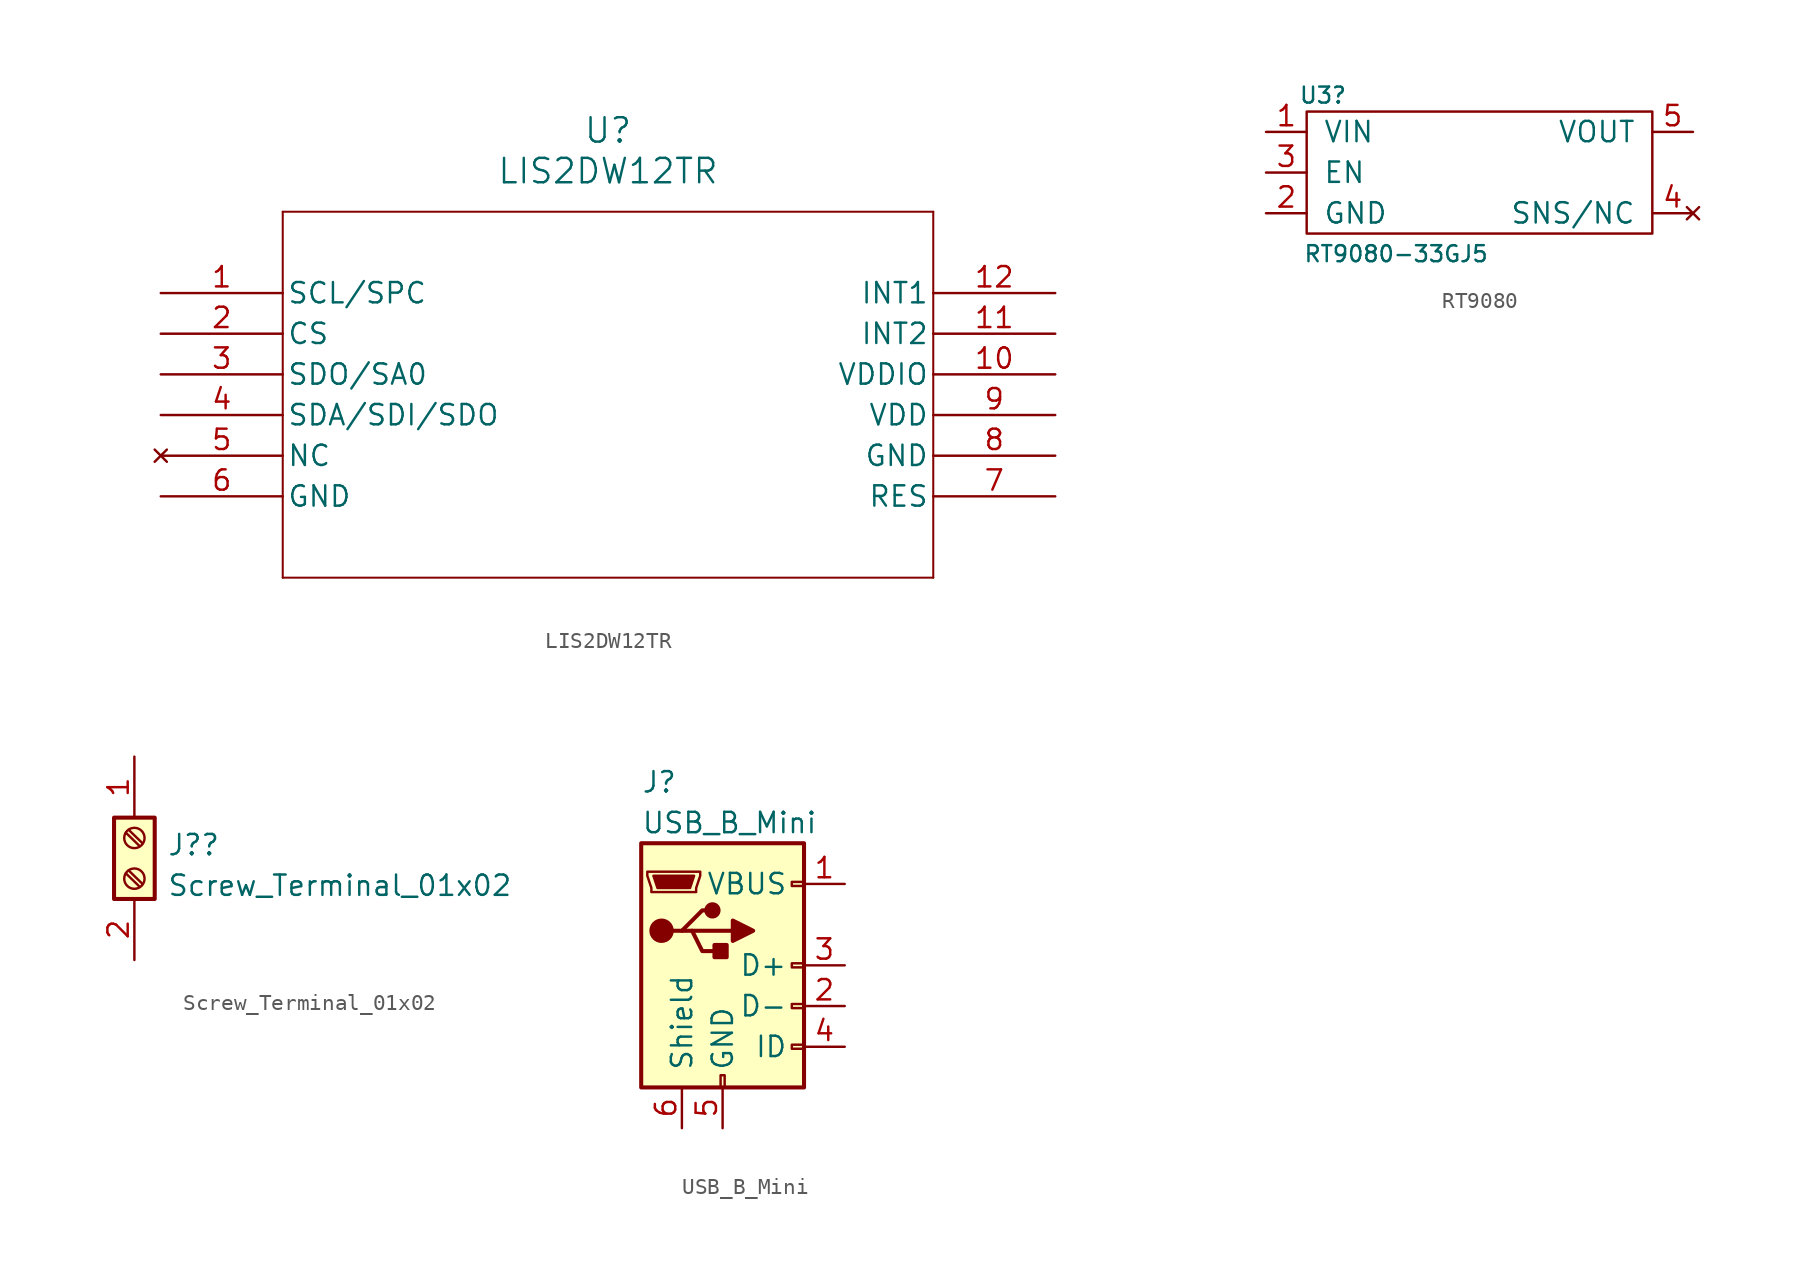
<source format=kicad_sym>
(kicad_symbol_lib
  (version 20231120)
  (generator "kicad_symbol_editor")
  (generator_version "8.0")
  (symbol "LIS2DW12TR"
    (pin_names
      (offset 0.254))
    (property "Reference" "U"
      (at 27.94 10.16 0)
      (effects (font (size 1.524 1.524))))
    (property "Value" "LIS2DW12TR"
      (at 27.94 7.62 0)
      (effects (font (size 1.524 1.524))))
    (property "ki_locked" ""
      (at 0 0 0)
      (effects (font (size 1.27 1.27))))
    (symbol "LIS2DW12TR_0_1"
      (polyline (pts (xy 7.62 -17.78) (xy 48.26 -17.78)) (stroke (width 0.127) (type default)) (fill (type none)))
      (polyline (pts (xy 7.62 5.08) (xy 7.62 -17.78)) (stroke (width 0.127) (type default)) (fill (type none)))
      (polyline (pts (xy 48.26 -17.78) (xy 48.26 5.08)) (stroke (width 0.127) (type default)) (fill (type none)))
      (polyline (pts (xy 48.26 5.08) (xy 7.62 5.08)) (stroke (width 0.127) (type default)) (fill (type none)))
      (pin bidirectional line (at 0 0 0) (length 7.62) (name "SCL/SPC" (effects (font (size 1.27 1.27)))) (number "1" (effects (font (size 1.27 1.27)))))
      (pin power_in line (at 55.88 -5.08 180) (length 7.62) (name "VDDIO" (effects (font (size 1.27 1.27)))) (number "10" (effects (font (size 1.27 1.27)))))
      (pin output line (at 55.88 -2.54 180) (length 7.62) (name "INT2" (effects (font (size 1.27 1.27)))) (number "11" (effects (font (size 1.27 1.27)))))
      (pin output line (at 55.88 0 180) (length 7.62) (name "INT1" (effects (font (size 1.27 1.27)))) (number "12" (effects (font (size 1.27 1.27)))))
      (pin input line (at 0 -2.54 0) (length 7.62) (name "CS" (effects (font (size 1.27 1.27)))) (number "2" (effects (font (size 1.27 1.27)))))
      (pin bidirectional line (at 0 -5.08 0) (length 7.62) (name "SDO/SA0" (effects (font (size 1.27 1.27)))) (number "3" (effects (font (size 1.27 1.27)))))
      (pin bidirectional line (at 0 -7.62 0) (length 7.62) (name "SDA/SDI/SDO" (effects (font (size 1.27 1.27)))) (number "4" (effects (font (size 1.27 1.27)))))
      (pin no_connect line (at 0 -10.16 0) (length 7.62) (name "NC" (effects (font (size 1.27 1.27)))) (number "5" (effects (font (size 1.27 1.27)))))
      (pin power_out line (at 0 -12.7 0) (length 7.62) (name "GND" (effects (font (size 1.27 1.27)))) (number "6" (effects (font (size 1.27 1.27)))))
      (pin power_out line (at 55.88 -12.7 180) (length 7.62) (name "RES" (effects (font (size 1.27 1.27)))) (number "7" (effects (font (size 1.27 1.27)))))
      (pin power_out line (at 55.88 -10.16 180) (length 7.62) (name "GND" (effects (font (size 1.27 1.27)))) (number "8" (effects (font (size 1.27 1.27)))))
      (pin power_in line (at 55.88 -7.62 180) (length 7.62) (name "VDD" (effects (font (size 1.27 1.27)))) (number "9" (effects (font (size 1.27 1.27)))))))
  (symbol "RT9080"
    (pin_names
      (offset 1.016))
    (property "Reference" "U3"
      (at 1.016 1.016 0)
      (effects (font (size 1 1))))
    (property "Value" "RT9080-33GJ5"
      (at 5.588 -8.89 0)
      (effects (font (size 1 1))))
    (symbol "RT9080_0_1"
      (rectangle (start 21.59 -7.62) (end 0 0) (stroke (width 0) (type default)) (fill (type none))))
    (symbol "RT9080_1_1"
      (pin bidirectional line (at -2.54 -1.27 0) (length 2.54) (name "VIN" (effects (font (size 1.27 1.27)))) (number "1" (effects (font (size 1.27 1.27)))))
      (pin input line (at -2.54 -6.35 0) (length 2.54) (name "GND" (effects (font (size 1.27 1.27)))) (number "2" (effects (font (size 1.27 1.27)))))
      (pin input line (at -2.54 -3.81 0) (length 2.54) (name "EN" (effects (font (size 1.27 1.27)))) (number "3" (effects (font (size 1.27 1.27)))))
      (pin no_connect line (at 24.13 -6.35 180) (length 2.54) (name "SNS/NC" (effects (font (size 1.27 1.27)))) (number "4" (effects (font (size 1.27 1.27)))))
      (pin power_out line (at 24.13 -1.27 180) (length 2.54) (name "VOUT" (effects (font (size 1.27 1.27)))) (number "5" (effects (font (size 1.27 1.27)))))))
  (symbol "Screw_Terminal_01x02"
    (pin_names
      (offset 1.016) hide)
    (property "Reference" "J?"
      (at 2.032 -0.435 0)
      (effects (font (size 1.27 1.27)) (justify left)))
    (property "Value" "Screw_Terminal_01x02"
      (at 2.032 -2.972 0)
      (effects (font (size 1.27 1.27)) (justify left)))
    (symbol "Screw_Terminal_01x02_1_1"
      (rectangle (start -1.27 1.27) (end 1.27 -3.81) (stroke (width 0.254) (type default)) (fill (type background)))
      (circle (center 0 -2.54) (radius 0.635) (stroke (width 0.152) (type default)) (fill (type none)))
      (polyline (pts (xy -0.533 -2.21) (xy 0.33 -3.048)) (stroke (width 0.152) (type default)) (fill (type none)))
      (polyline (pts (xy -0.533 0.33) (xy 0.33 -0.508)) (stroke (width 0.152) (type default)) (fill (type none)))
      (polyline (pts (xy -0.356 -2.032) (xy 0.508 -2.87)) (stroke (width 0.152) (type default)) (fill (type none)))
      (polyline (pts (xy -0.356 0.508) (xy 0.508 -0.33)) (stroke (width 0.152) (type default)) (fill (type none)))
      (circle (center 0 0) (radius 0.635) (stroke (width 0.152) (type default)) (fill (type none)))
      (pin passive line (at 0 5.08 270) (length 3.81) (name "Pin_1" (effects (font (size 1.27 1.27)))) (number "1" (effects (font (size 1.27 1.27)))))
      (pin passive line (at 0 -7.62 90) (length 3.81) (name "Pin_2" (effects (font (size 1.27 1.27)))) (number "2" (effects (font (size 1.27 1.27)))))))
  (symbol "USB_B_Mini"
    (pin_names
      (offset 1.016))
    (property "Reference" "J"
      (at -5.08 11.43 0)
      (effects (font (size 1.27 1.27)) (justify left)))
    (property "Value" "USB_B_Mini"
      (at -5.08 8.89 0)
      (effects (font (size 1.27 1.27)) (justify left)))
    (symbol "USB_B_Mini_0_1"
      (rectangle (start -5.08 -7.62) (end 5.08 7.62) (stroke (width 0.254) (type default)) (fill (type background)))
      (circle (center -3.81 2.159) (radius 0.635) (stroke (width 0.254) (type default)) (fill (type outline)))
      (circle (center -0.635 3.429) (radius 0.381) (stroke (width 0.254) (type default)) (fill (type outline)))
      (rectangle (start -0.127 -7.62) (end 0.127 -6.858) (stroke (width 0) (type default)) (fill (type none)))
      (polyline (pts (xy -1.905 2.159) (xy 0.635 2.159)) (stroke (width 0.254) (type default)) (fill (type none)))
      (polyline (pts (xy -3.175 2.159) (xy -2.54 2.159) (xy -1.27 3.429) (xy -0.635 3.429)) (stroke (width 0.254) (type default)) (fill (type none)))
      (polyline (pts (xy -2.54 2.159) (xy -1.905 2.159) (xy -1.27 0.889) (xy 0 0.889)) (stroke (width 0.254) (type default)) (fill (type none)))
      (polyline (pts (xy 0.635 2.794) (xy 0.635 1.524) (xy 1.905 2.159) (xy 0.635 2.794)) (stroke (width 0.254) (type default)) (fill (type outline)))
      (polyline (pts (xy -4.318 5.588) (xy -1.778 5.588) (xy -2.032 4.826) (xy -4.064 4.826) (xy -4.318 5.588)) (stroke (width 0) (type default)) (fill (type outline)))
      (polyline (pts (xy -4.699 5.842) (xy -4.699 5.588) (xy -4.445 4.826) (xy -4.445 4.572) (xy -1.651 4.572) (xy -1.651 4.826) (xy -1.397 5.588) (xy -1.397 5.842) (xy -4.699 5.842)) (stroke (width 0) (type default)) (fill (type none)))
      (rectangle (start 0.254 1.27) (end -0.508 0.508) (stroke (width 0.254) (type default)) (fill (type outline)))
      (rectangle (start 5.08 -5.207) (end 4.318 -4.953) (stroke (width 0) (type default)) (fill (type none)))
      (rectangle (start 5.08 -2.667) (end 4.318 -2.413) (stroke (width 0) (type default)) (fill (type none)))
      (rectangle (start 5.08 -0.127) (end 4.318 0.127) (stroke (width 0) (type default)) (fill (type none)))
      (rectangle (start 5.08 4.953) (end 4.318 5.207) (stroke (width 0) (type default)) (fill (type none))))
    (symbol "USB_B_Mini_1_1"
      (pin power_out line (at 7.62 5.08 180) (length 2.54) (name "VBUS" (effects (font (size 1.27 1.27)))) (number "1" (effects (font (size 1.27 1.27)))))
      (pin bidirectional line (at 7.62 -2.54 180) (length 2.54) (name "D-" (effects (font (size 1.27 1.27)))) (number "2" (effects (font (size 1.27 1.27)))))
      (pin bidirectional line (at 7.62 0 180) (length 2.54) (name "D+" (effects (font (size 1.27 1.27)))) (number "3" (effects (font (size 1.27 1.27)))))
      (pin passive line (at 7.62 -5.08 180) (length 2.54) (name "ID" (effects (font (size 1.27 1.27)))) (number "4" (effects (font (size 1.27 1.27)))))
      (pin power_out line (at 0 -10.16 90) (length 2.54) (name "GND" (effects (font (size 1.27 1.27)))) (number "5" (effects (font (size 1.27 1.27)))))
      (pin passive line (at -2.54 -10.16 90) (length 2.54) (name "Shield" (effects (font (size 1.27 1.27)))) (number "6" (effects (font (size 1.27 1.27))))))))
</source>
